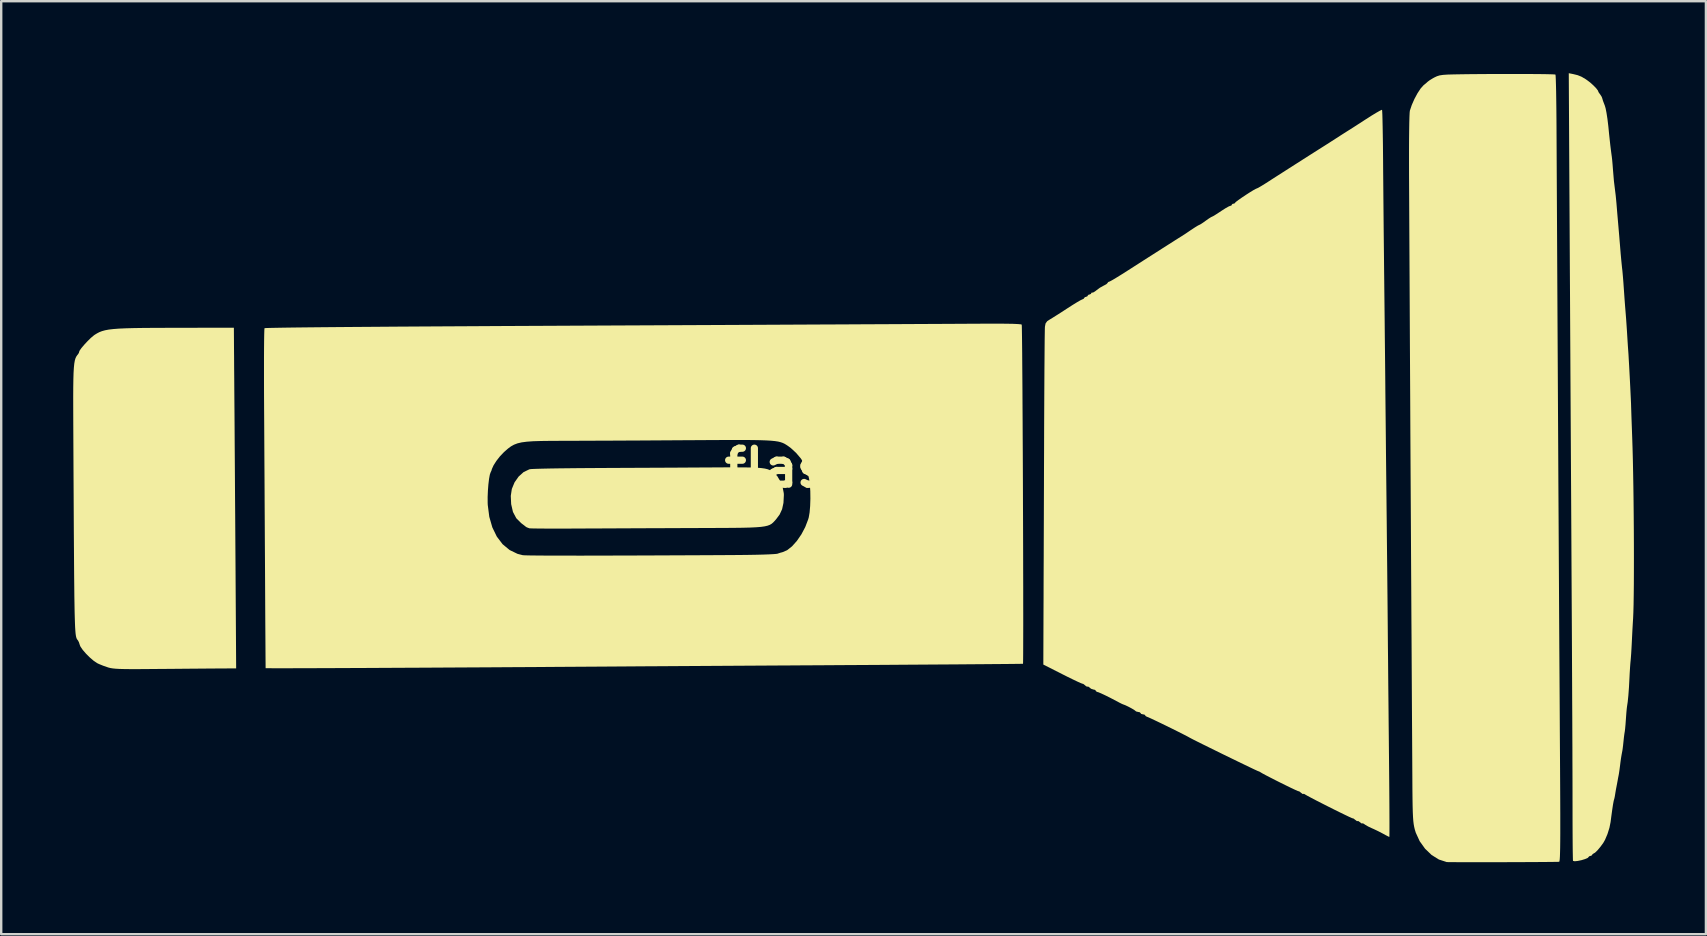
<source format=kicad_pcb>
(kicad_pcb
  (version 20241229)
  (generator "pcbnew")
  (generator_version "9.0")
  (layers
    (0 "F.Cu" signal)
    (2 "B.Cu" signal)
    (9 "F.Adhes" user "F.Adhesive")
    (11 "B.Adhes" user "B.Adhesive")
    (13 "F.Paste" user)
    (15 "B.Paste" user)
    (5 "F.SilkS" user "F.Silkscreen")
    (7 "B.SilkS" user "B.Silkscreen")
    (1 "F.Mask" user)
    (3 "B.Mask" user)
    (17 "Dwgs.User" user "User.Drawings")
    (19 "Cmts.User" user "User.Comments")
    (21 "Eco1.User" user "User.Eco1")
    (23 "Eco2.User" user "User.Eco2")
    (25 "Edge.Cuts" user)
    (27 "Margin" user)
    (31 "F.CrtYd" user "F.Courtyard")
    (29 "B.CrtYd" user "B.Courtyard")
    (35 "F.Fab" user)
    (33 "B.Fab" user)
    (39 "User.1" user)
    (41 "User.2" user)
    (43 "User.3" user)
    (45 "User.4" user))
  (footprint "flashlight"
    (layer "F.Cu")
    (at 32.487 16.445)
    (property "Reference" "flashlight" (at 0 0 0) (layer "F.SilkS") (effects (font (size 1.5 1.5) (thickness 0.3))))
    (attr board_only exclude_from_pos_files exclude_from_bom)
    (fp_poly (pts (xy -4.533 -0.022) (xy -4.239 -0.017) (xy -4.005 -0.008) (xy -3.821 0.006) (xy -3.677 0.026) (xy -3.565 0.052) (xy -3.474 0.086) (xy -3.395 0.127) (xy -3.318 0.178) (xy -3.298 0.192) (xy -3.153 0.342) (xy -3.026 0.557) (xy -2.93 0.805) (xy -2.882 1.053) (xy -2.878 1.126) (xy -2.895 1.457) (xy -2.952 1.721) (xy -3.056 1.945) (xy -3.202 2.14) (xy -3.267 2.213) (xy -3.327 2.276) (xy -3.39 2.329) (xy -3.464 2.372) (xy -3.558 2.407) (xy -3.679 2.435) (xy -3.835 2.457) (xy -4.036 2.473) (xy -4.287 2.485) (xy -4.599 2.493) (xy -4.978 2.498) (xy -5.433 2.501) (xy -5.972 2.503) (xy -6.461 2.505) (xy -7.06 2.507) (xy -7.704 2.51) (xy -8.373 2.512) (xy -9.045 2.515) (xy -9.7 2.518) (xy -10.316 2.521) (xy -10.873 2.523) (xy -11.275 2.525) (xy -11.724 2.527) (xy -12.145 2.528) (xy -12.527 2.528) (xy -12.86 2.527) (xy -13.132 2.525) (xy -13.333 2.522) (xy -13.453 2.518) (xy -13.481 2.516) (xy -13.589 2.476) (xy -13.629 2.451) (xy -13.703 2.392) (xy -13.812 2.309) (xy -13.821 2.302) (xy -14.026 2.097) (xy -14.165 1.836) (xy -14.24 1.511) (xy -14.256 1.165) (xy -14.212 0.876) (xy -14.098 0.601) (xy -13.929 0.36) (xy -13.721 0.173) (xy -13.487 0.061) (xy -13.455 0.053) (xy -13.375 0.046) (xy -13.207 0.039) (xy -12.96 0.032) (xy -12.644 0.025) (xy -12.268 0.019) (xy -11.842 0.014) (xy -11.375 0.009) (xy -10.879 0.006) (xy -10.612 0.004) (xy -10.017 0.001) (xy -9.378 -0.002) (xy -8.716 -0.005) (xy -8.052 -0.008) (xy -7.406 -0.011) (xy -6.8 -0.015) (xy -6.254 -0.018) (xy -5.871 -0.02) (xy -5.34 -0.023) (xy -4.897 -0.023)) (stroke (width 0) (type solid)) (fill yes) (layer "F.SilkS"))
    (fp_poly (pts (xy -25.791 -5.512) (xy -25.79 -5.404) (xy -25.789 -5.207) (xy -25.787 -4.931) (xy -25.784 -4.586) (xy -25.782 -4.183) (xy -25.778 -3.73) (xy -25.775 -3.238) (xy -25.771 -2.716) (xy -25.767 -2.235) (xy -25.763 -1.668) (xy -25.759 -1.019) (xy -25.754 -0.307) (xy -25.749 0.45) (xy -25.744 1.236) (xy -25.738 2.032) (xy -25.733 2.821) (xy -25.728 3.586) (xy -25.723 4.309) (xy -25.722 4.532) (xy -25.698 8.352) (xy -26.347 8.356) (xy -26.548 8.357) (xy -26.832 8.359) (xy -27.181 8.362) (xy -27.581 8.365) (xy -28.015 8.369) (xy -28.466 8.373) (xy -28.888 8.376) (xy -29.377 8.38) (xy -29.779 8.383) (xy -30.103 8.383) (xy -30.36 8.38) (xy -30.562 8.375) (xy -30.717 8.366) (xy -30.837 8.354) (xy -30.932 8.339) (xy -31.013 8.319) (xy -31.05 8.307) (xy -31.235 8.243) (xy -31.409 8.172) (xy -31.485 8.136) (xy -31.629 8.04) (xy -31.792 7.901) (xy -31.953 7.741) (xy -32.091 7.581) (xy -32.184 7.445) (xy -32.21 7.384) (xy -32.249 7.263) (xy -32.287 7.19) (xy -32.306 7.167) (xy -32.323 7.144) (xy -32.339 7.117) (xy -32.353 7.082) (xy -32.366 7.035) (xy -32.378 6.972) (xy -32.389 6.887) (xy -32.398 6.777) (xy -32.407 6.638) (xy -32.414 6.465) (xy -32.421 6.253) (xy -32.428 6) (xy -32.433 5.699) (xy -32.439 5.347) (xy -32.443 4.94) (xy -32.448 4.474) (xy -32.452 3.943) (xy -32.456 3.344) (xy -32.461 2.673) (xy -32.465 1.924) (xy -32.469 1.095) (xy -32.474 0.18) (xy -32.479 -0.825) (xy -32.484 -1.891) (xy -32.486 -2.47) (xy -32.487 -2.958) (xy -32.485 -3.365) (xy -32.48 -3.699) (xy -32.472 -3.968) (xy -32.459 -4.181) (xy -32.442 -4.347) (xy -32.42 -4.473) (xy -32.392 -4.568) (xy -32.358 -4.64) (xy -32.317 -4.699) (xy -32.302 -4.716) (xy -32.251 -4.79) (xy -32.245 -4.821) (xy -32.221 -4.885) (xy -32.143 -4.996) (xy -32.026 -5.134) (xy -31.89 -5.28) (xy -31.752 -5.416) (xy -31.628 -5.52) (xy -31.589 -5.548) (xy -31.492 -5.607) (xy -31.394 -5.658) (xy -31.284 -5.7) (xy -31.156 -5.735) (xy -31.001 -5.764) (xy -30.811 -5.786) (xy -30.576 -5.804) (xy -30.289 -5.817) (xy -29.942 -5.826) (xy -29.525 -5.832) (xy -29.031 -5.835) (xy -28.452 -5.837) (xy -28.139 -5.838) (xy -25.793 -5.841)) (stroke (width 0) (type solid)) (fill yes) (layer "F.SilkS"))
    (fp_poly (pts (xy 27.875 -16.413) (xy 28.25 -16.411) (xy 28.583 -16.409) (xy 28.862 -16.405) (xy 29.078 -16.4) (xy 29.217 -16.395) (xy 29.269 -16.388) (xy 29.276 -16.334) (xy 29.283 -16.191) (xy 29.29 -15.971) (xy 29.297 -15.683) (xy 29.302 -15.337) (xy 29.307 -14.943) (xy 29.311 -14.512) (xy 29.313 -14.209) (xy 29.324 -12.037) (xy 29.335 -9.96) (xy 29.345 -7.975) (xy 29.355 -6.079) (xy 29.365 -4.268) (xy 29.374 -2.54) (xy 29.383 -0.89) (xy 29.391 0.684) (xy 29.4 2.186) (xy 29.408 3.618) (xy 29.416 4.985) (xy 29.423 6.288) (xy 29.43 7.532) (xy 29.438 8.719) (xy 29.445 9.854) (xy 29.451 10.938) (xy 29.456 11.73) (xy 29.461 12.53) (xy 29.465 13.237) (xy 29.468 13.857) (xy 29.47 14.394) (xy 29.47 14.854) (xy 29.47 15.243) (xy 29.468 15.565) (xy 29.465 15.826) (xy 29.46 16.032) (xy 29.455 16.187) (xy 29.448 16.297) (xy 29.439 16.368) (xy 29.429 16.404) (xy 29.421 16.411) (xy 29.29 16.414) (xy 29.082 16.416) (xy 28.809 16.419) (xy 28.482 16.421) (xy 28.115 16.423) (xy 27.718 16.424) (xy 27.303 16.426) (xy 26.883 16.427) (xy 26.469 16.427) (xy 26.073 16.428) (xy 25.706 16.428) (xy 25.381 16.427) (xy 25.11 16.426) (xy 24.904 16.425) (xy 24.776 16.423) (xy 24.737 16.421) (xy 24.413 16.316) (xy 24.108 16.126) (xy 23.837 15.866) (xy 23.612 15.552) (xy 23.449 15.196) (xy 23.407 15.058) (xy 23.383 14.956) (xy 23.363 14.845) (xy 23.347 14.713) (xy 23.335 14.55) (xy 23.325 14.343) (xy 23.318 14.082) (xy 23.313 13.756) (xy 23.309 13.352) (xy 23.307 12.921) (xy 23.305 12.605) (xy 23.303 12.201) (xy 23.3 11.72) (xy 23.297 11.171) (xy 23.293 10.566) (xy 23.289 9.915) (xy 23.285 9.227) (xy 23.281 8.514) (xy 23.277 7.786) (xy 23.273 7.052) (xy 23.268 6.325) (xy 23.268 6.313) (xy 23.263 5.394) (xy 23.257 4.388) (xy 23.251 3.308) (xy 23.245 2.166) (xy 23.238 0.974) (xy 23.231 -0.256) (xy 23.224 -1.513) (xy 23.218 -2.783) (xy 23.211 -4.056) (xy 23.204 -5.319) (xy 23.198 -6.56) (xy 23.192 -7.767) (xy 23.186 -8.928) (xy 23.18 -10.031) (xy 23.175 -11.064) (xy 23.17 -12.014) (xy 23.169 -12.282) (xy 23.168 -12.781) (xy 23.168 -13.25) (xy 23.17 -13.678) (xy 23.174 -14.057) (xy 23.179 -14.377) (xy 23.186 -14.628) (xy 23.194 -14.8) (xy 23.203 -14.883) (xy 23.203 -14.883) (xy 23.283 -15.121) (xy 23.393 -15.371) (xy 23.521 -15.609) (xy 23.652 -15.808) (xy 23.772 -15.942) (xy 23.789 -15.956) (xy 23.893 -16.042) (xy 23.939 -16.085) (xy 24.021 -16.147) (xy 24.152 -16.228) (xy 24.224 -16.268) (xy 24.332 -16.319) (xy 24.444 -16.354) (xy 24.584 -16.375) (xy 24.775 -16.388) (xy 25.032 -16.395) (xy 25.382 -16.401) (xy 25.77 -16.406) (xy 26.184 -16.409) (xy 26.613 -16.412) (xy 27.045 -16.413) (xy 27.47 -16.413)) (stroke (width 0) (type solid)) (fill yes) (layer "F.SilkS"))
    (fp_poly (pts (xy 30.007 -16.409) (xy 30.194 -16.363) (xy 30.349 -16.301) (xy 30.52 -16.201) (xy 30.583 -16.158) (xy 30.718 -16.056) (xy 30.853 -15.934) (xy 30.967 -15.816) (xy 31.038 -15.723) (xy 31.05 -15.689) (xy 31.079 -15.63) (xy 31.125 -15.572) (xy 31.195 -15.463) (xy 31.219 -15.397) (xy 31.25 -15.293) (xy 31.304 -15.151) (xy 31.321 -15.109) (xy 31.358 -14.985) (xy 31.397 -14.788) (xy 31.435 -14.54) (xy 31.468 -14.267) (xy 31.473 -14.224) (xy 31.505 -13.901) (xy 31.532 -13.649) (xy 31.555 -13.439) (xy 31.579 -13.245) (xy 31.606 -13.04) (xy 31.616 -12.97) (xy 31.632 -12.831) (xy 31.649 -12.638) (xy 31.663 -12.454) (xy 31.705 -11.952) (xy 31.761 -11.496) (xy 31.779 -11.351) (xy 31.798 -11.158) (xy 31.811 -11.017) (xy 31.848 -10.566) (xy 31.882 -10.175) (xy 31.909 -9.861) (xy 31.91 -9.85) (xy 31.926 -9.667) (xy 31.944 -9.441) (xy 31.959 -9.261) (xy 31.986 -8.929) (xy 32.015 -8.613) (xy 32.042 -8.346) (xy 32.056 -8.229) (xy 32.067 -8.115) (xy 32.083 -7.934) (xy 32.1 -7.717) (xy 32.107 -7.615) (xy 32.129 -7.306) (xy 32.145 -7.075) (xy 32.158 -6.901) (xy 32.168 -6.765) (xy 32.178 -6.645) (xy 32.188 -6.521) (xy 32.197 -6.411) (xy 32.214 -6.197) (xy 32.232 -5.933) (xy 32.25 -5.668) (xy 32.254 -5.601) (xy 32.269 -5.353) (xy 32.285 -5.102) (xy 32.3 -4.891) (xy 32.304 -4.839) (xy 32.313 -4.708) (xy 32.324 -4.507) (xy 32.339 -4.255) (xy 32.354 -3.971) (xy 32.37 -3.672) (xy 32.385 -3.377) (xy 32.398 -3.105) (xy 32.409 -2.874) (xy 32.417 -2.702) (xy 32.42 -2.609) (xy 32.42 -2.604) (xy 32.422 -2.536) (xy 32.427 -2.385) (xy 32.434 -2.163) (xy 32.444 -1.884) (xy 32.456 -1.563) (xy 32.467 -1.253) (xy 32.481 -0.825) (xy 32.494 -0.34) (xy 32.505 0.193) (xy 32.515 0.762) (xy 32.523 1.357) (xy 32.529 1.965) (xy 32.534 2.577) (xy 32.537 3.181) (xy 32.538 3.766) (xy 32.537 4.32) (xy 32.535 4.834) (xy 32.53 5.296) (xy 32.524 5.694) (xy 32.515 6.018) (xy 32.505 6.257) (xy 32.503 6.289) (xy 32.492 6.466) (xy 32.478 6.708) (xy 32.464 6.984) (xy 32.451 7.247) (xy 32.438 7.503) (xy 32.424 7.737) (xy 32.41 7.924) (xy 32.4 8.04) (xy 32.399 8.045) (xy 32.388 8.159) (xy 32.375 8.344) (xy 32.361 8.571) (xy 32.352 8.757) (xy 32.332 9.139) (xy 32.307 9.477) (xy 32.279 9.752) (xy 32.251 9.938) (xy 32.24 10.025) (xy 32.225 10.183) (xy 32.21 10.384) (xy 32.203 10.48) (xy 32.188 10.688) (xy 32.172 10.863) (xy 32.158 10.979) (xy 32.153 11.005) (xy 32.139 11.092) (xy 32.12 11.24) (xy 32.106 11.374) (xy 32.087 11.556) (xy 32.067 11.715) (xy 32.055 11.791) (xy 32.022 11.964) (xy 31.998 12.111) (xy 31.975 12.28) (xy 31.96 12.403) (xy 31.937 12.58) (xy 31.915 12.728) (xy 31.903 12.797) (xy 31.877 12.927) (xy 31.861 13.019) (xy 31.833 13.171) (xy 31.815 13.263) (xy 31.79 13.393) (xy 31.763 13.554) (xy 31.759 13.581) (xy 31.737 13.712) (xy 31.718 13.794) (xy 31.714 13.804) (xy 31.695 13.874) (xy 31.667 14.026) (xy 31.634 14.244) (xy 31.597 14.514) (xy 31.566 14.754) (xy 31.518 14.994) (xy 31.436 15.256) (xy 31.335 15.494) (xy 31.259 15.628) (xy 31.139 15.791) (xy 31.02 15.932) (xy 30.919 16.03) (xy 30.857 16.065) (xy 30.806 16.101) (xy 30.804 16.115) (xy 30.764 16.158) (xy 30.731 16.164) (xy 30.665 16.186) (xy 30.657 16.205) (xy 30.613 16.249) (xy 30.503 16.297) (xy 30.356 16.342) (xy 30.203 16.374) (xy 30.076 16.388) (xy 30.004 16.374) (xy 30 16.369) (xy 29.996 16.315) (xy 29.993 16.172) (xy 29.989 15.951) (xy 29.986 15.661) (xy 29.984 15.314) (xy 29.982 14.918) (xy 29.981 14.484) (xy 29.981 14.125) (xy 29.98 13.813) (xy 29.98 13.464) (xy 29.979 13.075) (xy 29.978 12.642) (xy 29.976 12.163) (xy 29.975 11.633) (xy 29.972 11.051) (xy 29.97 10.413) (xy 29.966 9.716) (xy 29.963 8.956) (xy 29.959 8.132) (xy 29.955 7.239) (xy 29.95 6.274) (xy 29.944 5.235) (xy 29.938 4.119) (xy 29.932 2.921) (xy 29.925 1.64) (xy 29.917 0.272) (xy 29.909 -1.186) (xy 29.9 -2.738) (xy 29.894 -3.808) (xy 29.89 -4.586) (xy 29.885 -5.442) (xy 29.88 -6.353) (xy 29.875 -7.301) (xy 29.869 -8.264) (xy 29.864 -9.221) (xy 29.859 -10.153) (xy 29.854 -11.037) (xy 29.849 -11.855) (xy 29.847 -12.239) (xy 29.824 -16.445)) (stroke (width 0) (type solid)) (fill yes) (layer "F.SilkS"))
    (fp_poly (pts (xy 6.36 -6.008) (xy 6.666 -6.003) (xy 6.881 -5.993) (xy 7.003 -5.981) (xy 7.032 -5.969) (xy 7.036 -5.895) (xy 7.039 -5.732) (xy 7.043 -5.485) (xy 7.047 -5.162) (xy 7.051 -4.769) (xy 7.054 -4.314) (xy 7.058 -3.802) (xy 7.062 -3.24) (xy 7.065 -2.636) (xy 7.069 -1.995) (xy 7.072 -1.325) (xy 7.076 -0.631) (xy 7.079 0.078) (xy 7.082 0.796) (xy 7.084 1.518) (xy 7.087 2.235) (xy 7.089 2.942) (xy 7.091 3.632) (xy 7.092 4.297) (xy 7.094 4.932) (xy 7.094 5.53) (xy 7.095 6.083) (xy 7.095 6.585) (xy 7.094 7.03) (xy 7.093 7.411) (xy 7.092 7.721) (xy 7.09 7.954) (xy 7.088 8.102) (xy 7.085 8.159) (xy 7.084 8.16) (xy 7.024 8.162) (xy 6.871 8.164) (xy 6.63 8.167) (xy 6.306 8.17) (xy 5.903 8.173) (xy 5.427 8.177) (xy 4.883 8.181) (xy 4.275 8.186) (xy 3.61 8.19) (xy 2.891 8.195) (xy 2.123 8.2) (xy 1.313 8.206) (xy 0.464 8.211) (xy -0.418 8.216) (xy -1.328 8.222) (xy -2.261 8.227) (xy -2.334 8.228) (xy -3.111 8.232) (xy -3.923 8.237) (xy -4.754 8.242) (xy -5.593 8.247) (xy -6.424 8.252) (xy -7.236 8.257) (xy -8.014 8.262) (xy -8.745 8.266) (xy -9.416 8.271) (xy -10.013 8.275) (xy -10.44 8.278) (xy -11.395 8.284) (xy -12.352 8.29) (xy -13.309 8.297) (xy -14.258 8.302) (xy -15.195 8.308) (xy -16.116 8.313) (xy -17.014 8.318) (xy -17.886 8.323) (xy -18.725 8.327) (xy -19.528 8.331) (xy -20.288 8.335) (xy -21.002 8.338) (xy -21.663 8.341) (xy -22.267 8.343) (xy -22.809 8.345) (xy -23.283 8.346) (xy -23.685 8.347) (xy -24.01 8.347) (xy -24.252 8.346) (xy -24.407 8.345) (xy -24.469 8.344) (xy -24.47 8.343) (xy -24.471 8.293) (xy -24.472 8.152) (xy -24.474 7.927) (xy -24.476 7.626) (xy -24.478 7.257) (xy -24.481 6.827) (xy -24.484 6.344) (xy -24.487 5.814) (xy -24.49 5.245) (xy -24.493 4.645) (xy -24.494 4.446) (xy -24.498 3.728) (xy -24.503 2.955) (xy -24.507 2.148) (xy -24.512 1.323) (xy -24.512 1.213) (xy -15.22 1.213) (xy -15.219 1.462) (xy -15.215 1.544) (xy -15.151 2.038) (xy -15.024 2.479) (xy -14.838 2.861) (xy -14.598 3.177) (xy -14.308 3.419) (xy -13.974 3.581) (xy -13.758 3.636) (xy -13.679 3.641) (xy -13.506 3.646) (xy -13.242 3.649) (xy -12.893 3.652) (xy -12.462 3.653) (xy -11.952 3.654) (xy -11.369 3.655) (xy -10.717 3.654) (xy -9.998 3.652) (xy -9.218 3.65) (xy -8.381 3.647) (xy -7.49 3.643) (xy -6.55 3.639) (xy -5.564 3.634) (xy -4.79 3.629) (xy -4.407 3.625) (xy -4.052 3.619) (xy -3.737 3.611) (xy -3.475 3.601) (xy -3.281 3.59) (xy -3.165 3.579) (xy -3.144 3.574) (xy -3.018 3.532) (xy -2.938 3.512) (xy -2.743 3.429) (xy -2.538 3.267) (xy -2.336 3.041) (xy -2.148 2.768) (xy -1.988 2.465) (xy -1.866 2.147) (xy -1.842 2.064) (xy -1.806 1.857) (xy -1.783 1.586) (xy -1.773 1.281) (xy -1.777 0.972) (xy -1.795 0.689) (xy -1.826 0.461) (xy -1.842 0.393) (xy -1.887 0.229) (xy -1.924 0.094) (xy -1.938 0.039) (xy -2.023 -0.166) (xy -2.173 -0.396) (xy -2.368 -0.625) (xy -2.588 -0.828) (xy -2.709 -0.917) (xy -2.782 -0.965) (xy -2.852 -1.007) (xy -2.927 -1.042) (xy -3.014 -1.072) (xy -3.119 -1.098) (xy -3.251 -1.118) (xy -3.416 -1.134) (xy -3.62 -1.146) (xy -3.872 -1.155) (xy -4.178 -1.161) (xy -4.544 -1.163) (xy -4.979 -1.164) (xy -5.489 -1.162) (xy -6.081 -1.159) (xy -6.763 -1.155) (xy -6.976 -1.154) (xy -7.611 -1.15) (xy -8.255 -1.146) (xy -8.897 -1.142) (xy -9.523 -1.139) (xy -10.121 -1.136) (xy -10.677 -1.134) (xy -11.179 -1.132) (xy -11.614 -1.13) (xy -11.968 -1.129) (xy -12.086 -1.129) (xy -12.579 -1.127) (xy -12.985 -1.122) (xy -13.316 -1.112) (xy -13.584 -1.093) (xy -13.799 -1.065) (xy -13.974 -1.024) (xy -14.121 -0.968) (xy -14.25 -0.896) (xy -14.374 -0.804) (xy -14.503 -0.691) (xy -14.547 -0.651) (xy -14.707 -0.483) (xy -14.856 -0.292) (xy -14.974 -0.106) (xy -15.045 0.05) (xy -15.056 0.098) (xy -15.082 0.157) (xy -15.091 0.172) (xy -15.128 0.276) (xy -15.161 0.455) (xy -15.189 0.687) (xy -15.209 0.947) (xy -15.22 1.213) (xy -24.512 1.213) (xy -24.516 0.499) (xy -24.521 -0.305) (xy -24.525 -1.072) (xy -24.529 -1.783) (xy -24.533 -2.421) (xy -24.534 -2.617) (xy -24.537 -3.167) (xy -24.538 -3.688) (xy -24.538 -4.17) (xy -24.538 -4.607) (xy -24.536 -4.99) (xy -24.533 -5.31) (xy -24.529 -5.56) (xy -24.524 -5.731) (xy -24.518 -5.814) (xy -24.516 -5.821) (xy -24.46 -5.827) (xy -24.307 -5.832) (xy -24.061 -5.837) (xy -23.724 -5.843) (xy -23.299 -5.849) (xy -22.787 -5.855) (xy -22.191 -5.861) (xy -21.514 -5.867) (xy -20.758 -5.873) (xy -19.926 -5.879) (xy -19.019 -5.886) (xy -18.041 -5.892) (xy -16.993 -5.898) (xy -15.878 -5.904) (xy -14.699 -5.911) (xy -13.458 -5.917) (xy -12.823 -5.92) (xy -11.815 -5.925) (xy -10.783 -5.93) (xy -9.734 -5.935) (xy -8.672 -5.94) (xy -7.604 -5.945) (xy -6.536 -5.95) (xy -5.474 -5.955) (xy -4.424 -5.96) (xy -3.392 -5.965) (xy -2.384 -5.97) (xy -1.406 -5.975) (xy -0.464 -5.979) (xy 0.435 -5.984) (xy 1.287 -5.988) (xy 2.084 -5.992) (xy 2.821 -5.996) (xy 3.493 -5.999) (xy 4.092 -6.002) (xy 4.612 -6.005) (xy 5.049 -6.007) (xy 5.395 -6.009) (xy 5.49 -6.01) (xy 5.968 -6.011)) (stroke (width 0) (type solid)) (fill yes) (layer "F.SilkS"))
    (fp_poly (pts (xy 22.05 -14.864) (xy 22.057 -14.723) (xy 22.063 -14.504) (xy 22.069 -14.219) (xy 22.075 -13.876) (xy 22.081 -13.488) (xy 22.085 -13.064) (xy 22.087 -12.862) (xy 22.09 -12.401) (xy 22.095 -11.862) (xy 22.1 -11.263) (xy 22.106 -10.624) (xy 22.112 -9.964) (xy 22.119 -9.303) (xy 22.126 -8.659) (xy 22.132 -8.053) (xy 22.133 -8.008) (xy 22.139 -7.413) (xy 22.146 -6.786) (xy 22.153 -6.145) (xy 22.159 -5.508) (xy 22.166 -4.894) (xy 22.172 -4.32) (xy 22.177 -3.806) (xy 22.181 -3.369) (xy 22.181 -3.316) (xy 22.185 -2.909) (xy 22.19 -2.421) (xy 22.196 -1.867) (xy 22.202 -1.265) (xy 22.208 -0.632) (xy 22.215 0.017) (xy 22.222 0.664) (xy 22.229 1.293) (xy 22.232 1.621) (xy 22.239 2.236) (xy 22.245 2.879) (xy 22.252 3.534) (xy 22.259 4.185) (xy 22.265 4.814) (xy 22.271 5.404) (xy 22.276 5.938) (xy 22.28 6.4) (xy 22.282 6.608) (xy 22.285 7.003) (xy 22.289 7.481) (xy 22.295 8.027) (xy 22.3 8.627) (xy 22.306 9.265) (xy 22.313 9.926) (xy 22.319 10.596) (xy 22.326 11.259) (xy 22.332 11.9) (xy 22.333 11.951) (xy 22.338 12.521) (xy 22.343 13.062) (xy 22.347 13.565) (xy 22.35 14.022) (xy 22.352 14.427) (xy 22.353 14.769) (xy 22.353 15.043) (xy 22.352 15.24) (xy 22.35 15.352) (xy 22.348 15.376) (xy 22.298 15.353) (xy 22.189 15.297) (xy 22.084 15.239) (xy 21.896 15.141) (xy 21.699 15.047) (xy 21.617 15.011) (xy 21.466 14.94) (xy 21.344 14.869) (xy 21.31 14.845) (xy 21.244 14.804) (xy 21.224 14.813) (xy 21.194 14.814) (xy 21.126 14.763) (xy 21.055 14.712) (xy 21.027 14.714) (xy 20.997 14.716) (xy 20.929 14.665) (xy 20.858 14.609) (xy 20.831 14.603) (xy 20.79 14.59) (xy 20.676 14.539) (xy 20.505 14.457) (xy 20.291 14.353) (xy 20.05 14.234) (xy 19.795 14.106) (xy 19.543 13.978) (xy 19.307 13.858) (xy 19.103 13.751) (xy 18.945 13.667) (xy 18.848 13.612) (xy 18.829 13.598) (xy 18.777 13.574) (xy 18.768 13.586) (xy 18.737 13.586) (xy 18.669 13.535) (xy 18.598 13.479) (xy 18.571 13.472) (xy 18.53 13.46) (xy 18.419 13.41) (xy 18.253 13.332) (xy 18.05 13.233) (xy 17.827 13.123) (xy 17.6 13.009) (xy 17.385 12.899) (xy 17.199 12.803) (xy 17.06 12.728) (xy 16.983 12.682) (xy 16.977 12.678) (xy 16.914 12.642) (xy 16.901 12.642) (xy 16.854 12.622) (xy 16.732 12.566) (xy 16.547 12.478) (xy 16.312 12.365) (xy 16.041 12.234) (xy 15.745 12.09) (xy 15.438 11.941) (xy 15.133 11.791) (xy 14.841 11.647) (xy 14.577 11.517) (xy 14.352 11.405) (xy 14.179 11.318) (xy 14.072 11.262) (xy 14.051 11.251) (xy 13.941 11.19) (xy 13.772 11.103) (xy 13.559 10.995) (xy 13.321 10.876) (xy 13.071 10.754) (xy 12.828 10.635) (xy 12.608 10.53) (xy 12.426 10.444) (xy 12.299 10.387) (xy 12.243 10.366) (xy 12.188 10.334) (xy 12.184 10.317) (xy 12.143 10.277) (xy 12.086 10.268) (xy 12.006 10.248) (xy 11.988 10.219) (xy 11.947 10.179) (xy 11.892 10.17) (xy 11.798 10.147) (xy 11.766 10.121) (xy 11.712 10.079) (xy 11.601 10.014) (xy 11.466 9.943) (xy 11.339 9.883) (xy 11.254 9.852) (xy 11.251 9.851) (xy 11.196 9.827) (xy 11.089 9.773) (xy 11.054 9.754) (xy 10.775 9.607) (xy 10.535 9.486) (xy 10.346 9.397) (xy 10.222 9.345) (xy 10.182 9.336) (xy 10.125 9.304) (xy 10.121 9.285) (xy 10.08 9.245) (xy 10.028 9.236) (xy 9.92 9.201) (xy 9.875 9.163) (xy 9.809 9.113) (xy 9.777 9.114) (xy 9.719 9.101) (xy 9.678 9.064) (xy 9.601 9.002) (xy 9.562 8.991) (xy 9.502 8.97) (xy 9.37 8.911) (xy 9.181 8.821) (xy 8.949 8.708) (xy 8.719 8.592) (xy 7.932 8.193) (xy 7.94 5.829) (xy 7.942 5.411) (xy 7.943 4.909) (xy 7.945 4.332) (xy 7.948 3.695) (xy 7.95 3.009) (xy 7.953 2.287) (xy 7.955 1.541) (xy 7.958 0.784) (xy 7.96 0.028) (xy 7.963 -0.714) (xy 7.964 -1.109) (xy 7.966 -1.775) (xy 7.969 -2.416) (xy 7.972 -3.026) (xy 7.975 -3.595) (xy 7.978 -4.118) (xy 7.982 -4.588) (xy 7.985 -4.996) (xy 7.988 -5.336) (xy 7.992 -5.601) (xy 7.995 -5.782) (xy 7.998 -5.874) (xy 7.998 -5.88) (xy 8.026 -6.021) (xy 8.093 -6.113) (xy 8.197 -6.181) (xy 8.306 -6.247) (xy 8.474 -6.353) (xy 8.682 -6.485) (xy 8.906 -6.631) (xy 8.942 -6.654) (xy 9.152 -6.789) (xy 9.337 -6.903) (xy 9.478 -6.984) (xy 9.559 -7.023) (xy 9.568 -7.025) (xy 9.625 -7.057) (xy 9.629 -7.075) (xy 9.669 -7.118) (xy 9.703 -7.124) (xy 9.768 -7.15) (xy 9.777 -7.173) (xy 9.817 -7.217) (xy 9.85 -7.222) (xy 9.916 -7.25) (xy 9.924 -7.274) (xy 9.951 -7.307) (xy 9.964 -7.301) (xy 10.023 -7.315) (xy 10.119 -7.379) (xy 10.148 -7.403) (xy 10.292 -7.509) (xy 10.444 -7.594) (xy 10.452 -7.597) (xy 10.559 -7.655) (xy 10.611 -7.708) (xy 10.612 -7.714) (xy 10.643 -7.752) (xy 10.654 -7.75) (xy 10.707 -7.772) (xy 10.828 -7.838) (xy 11.003 -7.943) (xy 11.218 -8.076) (xy 11.427 -8.209) (xy 11.705 -8.387) (xy 12.004 -8.579) (xy 12.314 -8.777) (xy 12.622 -8.973) (xy 12.914 -9.16) (xy 13.178 -9.328) (xy 13.401 -9.47) (xy 13.572 -9.578) (xy 13.676 -9.643) (xy 13.694 -9.654) (xy 13.773 -9.705) (xy 13.907 -9.793) (xy 14.066 -9.901) (xy 14.083 -9.912) (xy 14.234 -10.012) (xy 14.353 -10.086) (xy 14.418 -10.12) (xy 14.422 -10.121) (xy 14.477 -10.148) (xy 14.584 -10.217) (xy 14.69 -10.293) (xy 14.82 -10.385) (xy 14.918 -10.447) (xy 14.956 -10.465) (xy 15.009 -10.49) (xy 15.122 -10.559) (xy 15.276 -10.659) (xy 15.349 -10.708) (xy 15.513 -10.813) (xy 15.645 -10.888) (xy 15.726 -10.922) (xy 15.74 -10.921) (xy 15.768 -10.928) (xy 15.771 -10.948) (xy 15.81 -10.999) (xy 15.844 -11.005) (xy 15.91 -11.026) (xy 15.918 -11.044) (xy 15.956 -11.084) (xy 16.058 -11.161) (xy 16.202 -11.262) (xy 16.368 -11.373) (xy 16.534 -11.48) (xy 16.681 -11.57) (xy 16.787 -11.628) (xy 16.827 -11.644) (xy 16.883 -11.669) (xy 17 -11.737) (xy 17.162 -11.836) (xy 17.289 -11.917) (xy 17.439 -12.014) (xy 17.646 -12.147) (xy 17.895 -12.306) (xy 18.17 -12.482) (xy 18.455 -12.664) (xy 18.737 -12.844) (xy 18.999 -13.011) (xy 19.227 -13.156) (xy 19.405 -13.269) (xy 19.519 -13.341) (xy 19.532 -13.349) (xy 19.611 -13.399) (xy 19.751 -13.488) (xy 19.932 -13.604) (xy 20.094 -13.708) (xy 20.291 -13.835) (xy 20.466 -13.947) (xy 20.597 -14.03) (xy 20.656 -14.067) (xy 20.73 -14.113) (xy 20.869 -14.202) (xy 21.056 -14.323) (xy 21.274 -14.464) (xy 21.384 -14.535) (xy 21.603 -14.675) (xy 21.794 -14.791) (xy 21.94 -14.874) (xy 22.026 -14.916) (xy 22.044 -14.918)) (stroke (width 0) (type solid)) (fill yes) (layer "F.SilkS")))
  (gr_rect
    (start -3 -3)
    (end 68.025 35.873)
    (stroke (width 0.1) (type default))
    (fill no)
    (layer "Edge.Cuts")))
</source>
